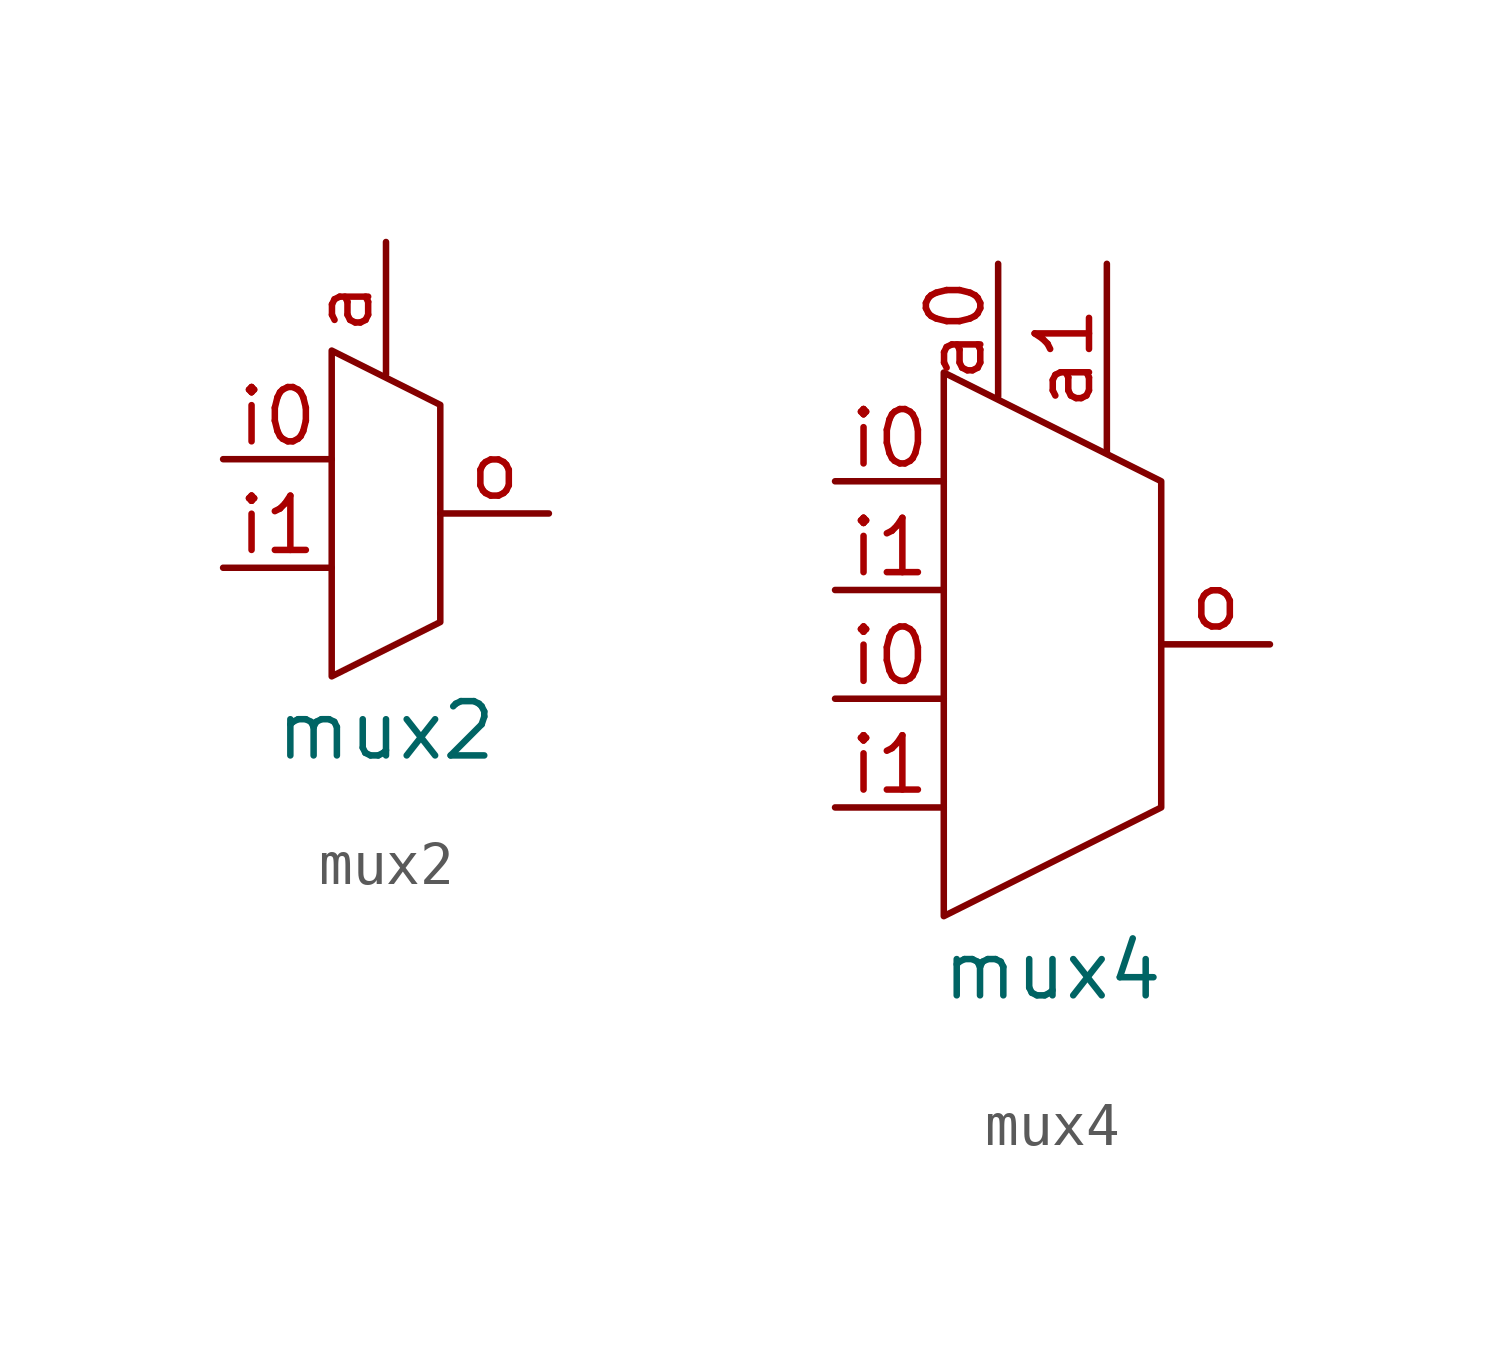
<source format=kicad_sym>
(kicad_symbol_lib
  (version 20211014)
  (generator kicad_symbol_editor)
  (symbol "mux2"
    (property "Reference" "Z"
      (at 0 0 0)
      (effects (font (size 1.27 1.27)) hide))
    (property "Value" "mux2"
      (at 0 -5.08 0)
      (effects (font (size 1.27 1.27))))
    (symbol "mux2_0_1"
      (polyline (pts (xy 1.27 -2.54) (xy 1.27 2.54) (xy -1.27 3.81) (xy -1.27 -3.81) (xy 1.27 -2.54)) (stroke (width 0.152) (type default) (color 0 0 0 0)) (fill (type none))))
    (symbol "mux2_1_1"
      (pin input line (at 0 6.35 270) (length 3.1) (name "" (effects (font (size 1.27 1.27)))) (number "a" (effects (font (size 1.27 1.27)))))
      (pin input line (at -3.81 1.27 0) (length 2.54) (name "" (effects (font (size 1.27 1.27)))) (number "i0" (effects (font (size 1.27 1.27)))))
      (pin input line (at -3.81 -1.27 0) (length 2.54) (name "" (effects (font (size 1.27 1.27)))) (number "i1" (effects (font (size 1.27 1.27)))))
      (pin output line (at 3.81 0 180) (length 2.54) (name "" (effects (font (size 1.27 1.27)))) (number "o" (effects (font (size 1.27 1.27)))))))
  (symbol "mux4"
    (property "Reference" "Z"
      (at -1.27 2.54 0)
      (effects (font (size 1.27 1.27)) hide))
    (property "Value" "mux4"
      (at 0 -7.62 0)
      (effects (font (size 1.27 1.27))))
    (symbol "mux4_0_1"
      (polyline (pts (xy 2.54 -3.81) (xy 2.54 3.81) (xy -2.54 6.35) (xy -2.54 -6.35) (xy 2.54 -3.81)) (stroke (width 0.152) (type default) (color 0 0 0 0)) (fill (type none))))
    (symbol "mux4_1_1"
      (pin input line (at -1.27 8.89 270) (length 3.1) (name "" (effects (font (size 1.27 1.27)))) (number "a0" (effects (font (size 1.27 1.27)))))
      (pin input line (at 1.27 8.89 270) (length 4.4) (name "" (effects (font (size 1.27 1.27)))) (number "a1" (effects (font (size 1.27 1.27)))))
      (pin input line (at -5.08 -1.27 0) (length 2.54) (name "" (effects (font (size 1.27 1.27)))) (number "i0" (effects (font (size 1.27 1.27)))))
      (pin input line (at -5.08 3.81 0) (length 2.54) (name "" (effects (font (size 1.27 1.27)))) (number "i0" (effects (font (size 1.27 1.27)))))
      (pin input line (at -5.08 -3.81 0) (length 2.54) (name "" (effects (font (size 1.27 1.27)))) (number "i1" (effects (font (size 1.27 1.27)))))
      (pin input line (at -5.08 1.27 0) (length 2.54) (name "" (effects (font (size 1.27 1.27)))) (number "i1" (effects (font (size 1.27 1.27)))))
      (pin output line (at 5.08 0 180) (length 2.54) (name "" (effects (font (size 1.27 1.27)))) (number "o" (effects (font (size 1.27 1.27))))))))
</source>
